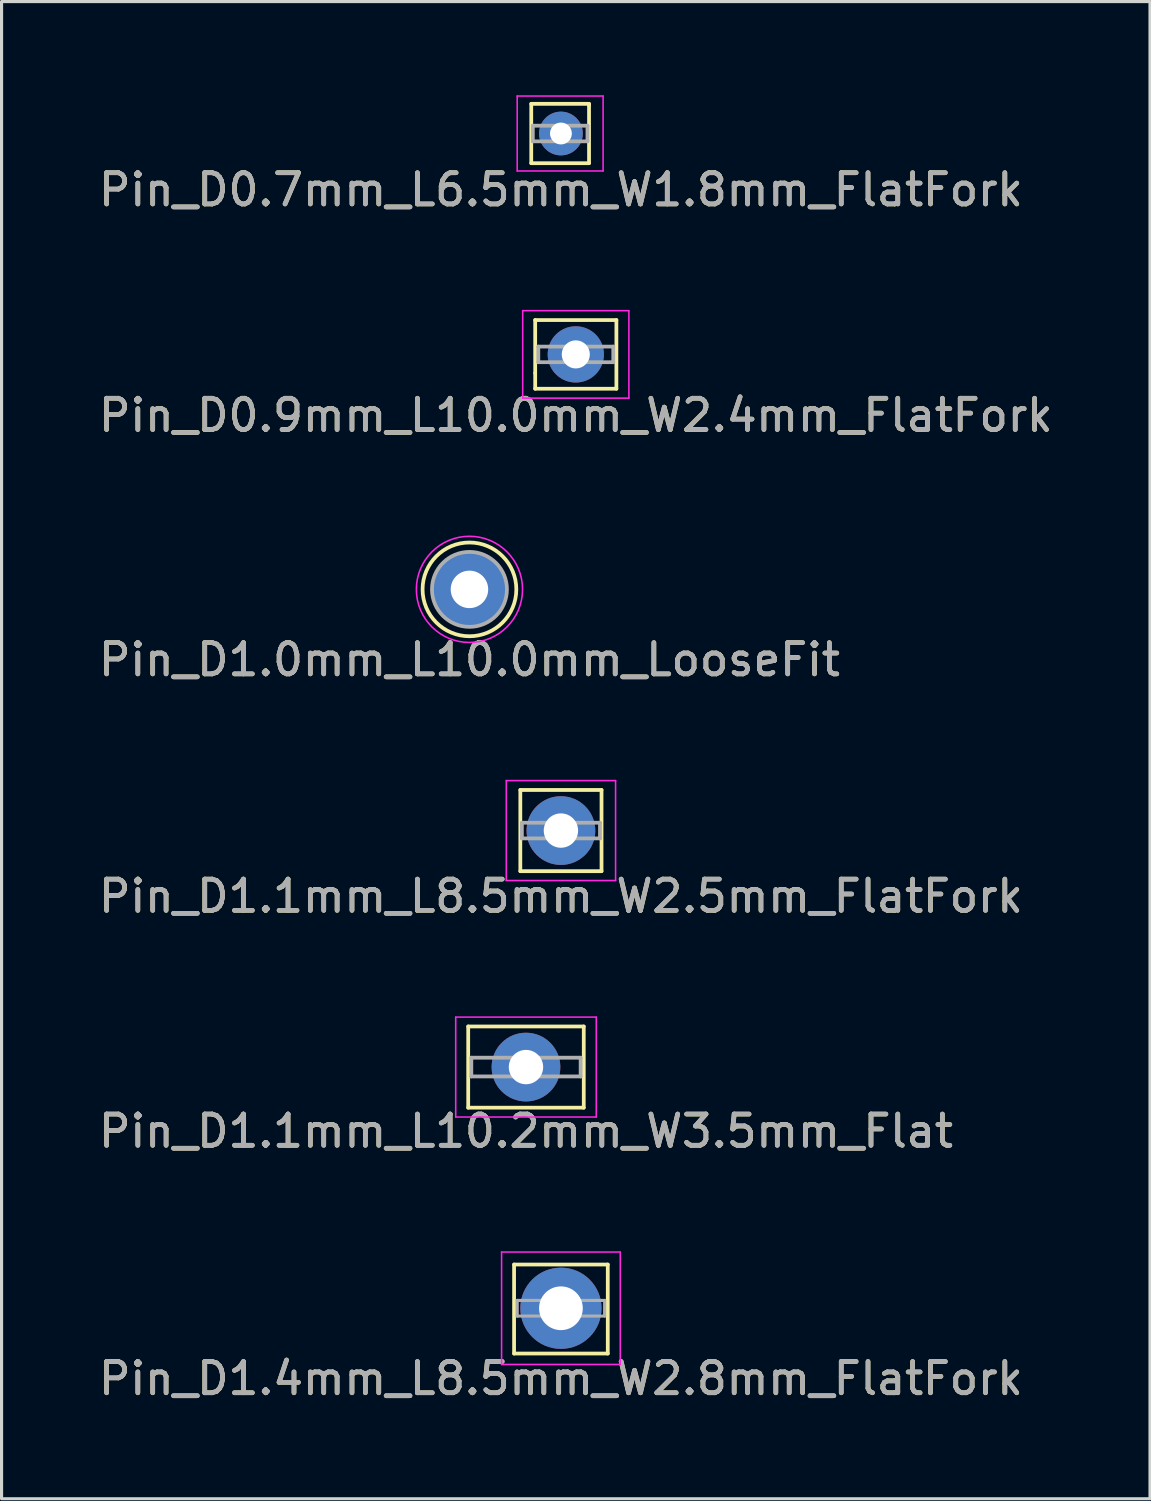
<source format=kicad_pcb>
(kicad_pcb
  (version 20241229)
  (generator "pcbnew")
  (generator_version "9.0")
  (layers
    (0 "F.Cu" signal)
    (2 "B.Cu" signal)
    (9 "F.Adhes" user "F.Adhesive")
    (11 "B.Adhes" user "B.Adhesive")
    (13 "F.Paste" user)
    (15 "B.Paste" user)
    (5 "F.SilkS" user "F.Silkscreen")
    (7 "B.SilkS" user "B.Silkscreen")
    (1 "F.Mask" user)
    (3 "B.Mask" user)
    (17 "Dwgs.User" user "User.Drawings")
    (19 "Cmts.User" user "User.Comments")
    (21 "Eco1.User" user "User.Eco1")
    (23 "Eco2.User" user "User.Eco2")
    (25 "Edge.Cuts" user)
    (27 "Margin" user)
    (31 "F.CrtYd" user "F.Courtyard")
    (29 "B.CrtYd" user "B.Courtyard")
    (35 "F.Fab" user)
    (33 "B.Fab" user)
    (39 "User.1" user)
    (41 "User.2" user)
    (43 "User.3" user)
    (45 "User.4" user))
  (footprint "Pin_D1.4mm_L8.5mm_W2.8mm_FlatFork"
    (layer "F.Cu")
    (at 14.911 38.841)
    (property "Reference" "Pin_D1.4mm_L8.5mm_W2.8mm_FlatFork" (at 0 2.25 0) (layer "F.SilkS") (effects (font (size 1 1) (thickness 0.15))))
    (attr through_hole)
    (fp_line (start -1.5 -1.4) (end -1.5 1.45) (stroke (width 0.12) (type solid)) (layer "F.SilkS"))
    (fp_line (start -1.5 -1.4) (end 1.5 -1.4) (stroke (width 0.12) (type solid)) (layer "F.SilkS"))
    (fp_line (start -1.5 1.45) (end 1.5 1.45) (stroke (width 0.12) (type solid)) (layer "F.SilkS"))
    (fp_line (start 1.5 -1.4) (end 1.5 1.45) (stroke (width 0.12) (type solid)) (layer "F.SilkS"))
    (fp_line (start -1.9 -1.8) (end -1.9 1.8) (stroke (width 0.05) (type solid)) (layer "F.CrtYd"))
    (fp_line (start -1.9 -1.8) (end 1.9 -1.8) (stroke (width 0.05) (type solid)) (layer "F.CrtYd"))
    (fp_line (start 1.9 1.8) (end -1.9 1.8) (stroke (width 0.05) (type solid)) (layer "F.CrtYd"))
    (fp_line (start 1.9 1.8) (end 1.9 -1.8) (stroke (width 0.05) (type solid)) (layer "F.CrtYd"))
    (fp_line (start -1.4 -0.25) (end 1.4 -0.25) (stroke (width 0.1) (type solid)) (layer "F.Fab"))
    (fp_line (start -1.4 0.25) (end -1.4 -0.25) (stroke (width 0.1) (type solid)) (layer "F.Fab"))
    (fp_line (start 1.4 -0.25) (end 1.4 0.25) (stroke (width 0.1) (type solid)) (layer "F.Fab"))
    (fp_line (start 1.4 0.25) (end -1.4 0.25) (stroke (width 0.1) (type solid)) (layer "F.Fab"))
    (fp_text user "${REFERENCE}" (at 0 2.25 0) (layer "F.Fab") (effects (font (size 1 1) (thickness 0.15))))
    (pad "1" thru_hole circle (at 0 0) (size 2.6 2.6) (drill 1.4) (layers "*.Cu" "*.Mask")))
  (footprint "Pin_D0.9mm_L10.0mm_W2.4mm_FlatFork"
    (layer "F.Cu")
    (at 15.387 8.298)
    (property "Reference" "Pin_D0.9mm_L10.0mm_W2.4mm_FlatFork" (at 0 1.95 0) (layer "F.SilkS") (effects (font (size 1 1) (thickness 0.15))))
    (attr through_hole)
    (fp_line (start -1.3 -1.1) (end -1.3 0.6) (stroke (width 0.12) (type solid)) (layer "F.SilkS"))
    (fp_line (start -1.3 0.6) (end -1.3 1.1) (stroke (width 0.12) (type solid)) (layer "F.SilkS"))
    (fp_line (start -1.3 1.1) (end 1.3 1.1) (stroke (width 0.12) (type solid)) (layer "F.SilkS"))
    (fp_line (start 1.3 -1.1) (end -1.3 -1.1) (stroke (width 0.12) (type solid)) (layer "F.SilkS"))
    (fp_line (start 1.3 1.1) (end 1.3 -1.1) (stroke (width 0.12) (type solid)) (layer "F.SilkS"))
    (fp_line (start -1.7 -1.4) (end -1.7 1.4) (stroke (width 0.05) (type solid)) (layer "F.CrtYd"))
    (fp_line (start -1.7 -1.4) (end 1.7 -1.4) (stroke (width 0.05) (type solid)) (layer "F.CrtYd"))
    (fp_line (start 1.7 1.4) (end -1.7 1.4) (stroke (width 0.05) (type solid)) (layer "F.CrtYd"))
    (fp_line (start 1.7 1.4) (end 1.7 -1.4) (stroke (width 0.05) (type solid)) (layer "F.CrtYd"))
    (fp_line (start -1.2 -0.25) (end -1.2 0.25) (stroke (width 0.12) (type solid)) (layer "F.Fab"))
    (fp_line (start -1.2 0.25) (end 1.2 0.25) (stroke (width 0.12) (type solid)) (layer "F.Fab"))
    (fp_line (start 1.2 -0.25) (end -1.2 -0.25) (stroke (width 0.12) (type solid)) (layer "F.Fab"))
    (fp_line (start 1.2 0.25) (end 1.2 -0.25) (stroke (width 0.12) (type solid)) (layer "F.Fab"))
    (fp_text user "${REFERENCE}" (at 0 1.95 0) (layer "F.Fab") (effects (font (size 1 1) (thickness 0.15))))
    (pad "1" thru_hole circle (at 0 0) (size 1.8 1.8) (drill 0.9) (layers "*.Cu" "*.Mask")))
  (footprint "Pin_D1.1mm_L8.5mm_W2.5mm_FlatFork"
    (layer "F.Cu")
    (at 14.911 23.545)
    (property "Reference" "Pin_D1.1mm_L8.5mm_W2.5mm_FlatFork" (at 0 2.1 0) (layer "F.SilkS") (effects (font (size 1 1) (thickness 0.15))))
    (attr through_hole)
    (fp_line (start -1.3 -1.3) (end 1.3 -1.3) (stroke (width 0.12) (type solid)) (layer "F.SilkS"))
    (fp_line (start -1.3 1.3) (end -1.3 -1.3) (stroke (width 0.12) (type solid)) (layer "F.SilkS"))
    (fp_line (start -1.3 1.3) (end 1.3 1.3) (stroke (width 0.12) (type solid)) (layer "F.SilkS"))
    (fp_line (start 1.3 -1.3) (end 1.3 1.3) (stroke (width 0.12) (type solid)) (layer "F.SilkS"))
    (fp_line (start -1.75 -1.6) (end -1.75 1.6) (stroke (width 0.05) (type solid)) (layer "F.CrtYd"))
    (fp_line (start -1.75 -1.6) (end 1.75 -1.6) (stroke (width 0.05) (type solid)) (layer "F.CrtYd"))
    (fp_line (start 1.75 1.6) (end -1.75 1.6) (stroke (width 0.05) (type solid)) (layer "F.CrtYd"))
    (fp_line (start 1.75 1.6) (end 1.75 -1.6) (stroke (width 0.05) (type solid)) (layer "F.CrtYd"))
    (fp_line (start -1.25 -0.25) (end -1.25 0.25) (stroke (width 0.12) (type solid)) (layer "F.Fab"))
    (fp_line (start -1.25 0.25) (end 1.25 0.25) (stroke (width 0.12) (type solid)) (layer "F.Fab"))
    (fp_line (start 1.25 -0.25) (end -1.25 -0.25) (stroke (width 0.12) (type solid)) (layer "F.Fab"))
    (fp_line (start 1.25 0.25) (end 1.25 -0.25) (stroke (width 0.12) (type solid)) (layer "F.Fab"))
    (fp_text user "${REFERENCE}" (at 0 2.1 0) (layer "F.Fab") (effects (font (size 1 1) (thickness 0.15))))
    (pad "1" thru_hole circle (at 0 0) (size 2.2 2.2) (drill 1.1) (layers "*.Cu" "*.Mask")))
  (footprint "Pin_D0.7mm_L6.5mm_W1.8mm_FlatFork"
    (layer "F.Cu")
    (at 14.911 1.225)
    (property "Reference" "Pin_D0.7mm_L6.5mm_W1.8mm_FlatFork" (at 0 1.8 0) (layer "F.SilkS") (effects (font (size 1 1) (thickness 0.15))))
    (attr through_hole)
    (fp_line (start -0.95 -0.95) (end -0.95 0.95) (stroke (width 0.12) (type solid)) (layer "F.SilkS"))
    (fp_line (start -0.95 0.95) (end 0.9 0.95) (stroke (width 0.12) (type solid)) (layer "F.SilkS"))
    (fp_line (start 0.9 -0.95) (end -0.95 -0.95) (stroke (width 0.12) (type solid)) (layer "F.SilkS"))
    (fp_line (start 0.9 -0.9) (end 0.9 -0.95) (stroke (width 0.12) (type solid)) (layer "F.SilkS"))
    (fp_line (start 0.9 0.95) (end 0.9 -0.9) (stroke (width 0.12) (type solid)) (layer "F.SilkS"))
    (fp_line (start -1.4 -1.2) (end -1.4 1.2) (stroke (width 0.05) (type solid)) (layer "F.CrtYd"))
    (fp_line (start -1.4 -1.2) (end 1.35 -1.2) (stroke (width 0.05) (type solid)) (layer "F.CrtYd"))
    (fp_line (start 1.35 1.2) (end -1.4 1.2) (stroke (width 0.05) (type solid)) (layer "F.CrtYd"))
    (fp_line (start 1.35 1.2) (end 1.35 -1.2) (stroke (width 0.05) (type solid)) (layer "F.CrtYd"))
    (fp_line (start -0.9 -0.25) (end 0.85 -0.25) (stroke (width 0.12) (type solid)) (layer "F.Fab"))
    (fp_line (start -0.9 0.25) (end -0.9 -0.25) (stroke (width 0.12) (type solid)) (layer "F.Fab"))
    (fp_line (start 0.85 -0.25) (end 0.85 0.25) (stroke (width 0.12) (type solid)) (layer "F.Fab"))
    (fp_line (start 0.85 0.25) (end -0.9 0.25) (stroke (width 0.12) (type solid)) (layer "F.Fab"))
    (fp_text user "${REFERENCE}" (at 0 1.8 0) (layer "F.Fab") (effects (font (size 1 1) (thickness 0.15))))
    (pad "1" thru_hole circle (at 0 0) (size 1.4 1.4) (drill 0.7) (layers "*.Cu" "*.Mask")))
  (footprint "Pin_D1.1mm_L10.2mm_W3.5mm_Flat"
    (layer "F.Cu")
    (at 13.792 31.118)
    (property "Reference" "Pin_D1.1mm_L10.2mm_W3.5mm_Flat" (at 0 2.05 0) (layer "F.SilkS") (effects (font (size 1 1) (thickness 0.15))))
    (attr through_hole)
    (fp_line (start -1.85 -1.3) (end -1.85 1.3) (stroke (width 0.12) (type solid)) (layer "F.SilkS"))
    (fp_line (start -1.85 -1.3) (end 1.85 -1.3) (stroke (width 0.12) (type solid)) (layer "F.SilkS"))
    (fp_line (start 1.85 -1.3) (end 1.85 1.3) (stroke (width 0.12) (type solid)) (layer "F.SilkS"))
    (fp_line (start 1.85 1.3) (end -1.85 1.3) (stroke (width 0.12) (type solid)) (layer "F.SilkS"))
    (fp_line (start -2.25 -1.6) (end -2.25 1.6) (stroke (width 0.05) (type solid)) (layer "F.CrtYd"))
    (fp_line (start -2.25 -1.6) (end 2.25 -1.6) (stroke (width 0.05) (type solid)) (layer "F.CrtYd"))
    (fp_line (start 2.25 1.6) (end -2.25 1.6) (stroke (width 0.05) (type solid)) (layer "F.CrtYd"))
    (fp_line (start 2.25 1.6) (end 2.25 -1.6) (stroke (width 0.05) (type solid)) (layer "F.CrtYd"))
    (fp_line (start -1.75 -0.3) (end 1.75 -0.3) (stroke (width 0.12) (type solid)) (layer "F.Fab"))
    (fp_line (start -1.75 0.3) (end -1.75 -0.3) (stroke (width 0.12) (type solid)) (layer "F.Fab"))
    (fp_line (start 1.75 -0.3) (end 1.75 0.3) (stroke (width 0.12) (type solid)) (layer "F.Fab"))
    (fp_line (start 1.75 0.3) (end -1.75 0.3) (stroke (width 0.12) (type solid)) (layer "F.Fab"))
    (fp_text user "${REFERENCE}" (at 0 2.05 0) (layer "F.Fab") (effects (font (size 1 1) (thickness 0.15))))
    (pad "1" thru_hole circle (at 0 0) (size 2.2 2.2) (drill 1.1) (layers "*.Cu" "*.Mask")))
  (footprint "Pin_D1.0mm_L10.0mm_LooseFit"
    (layer "F.Cu")
    (at 11.982 15.822)
    (property "Reference" "Pin_D1.0mm_L10.0mm_LooseFit" (at 0 2.25 0) (layer "F.SilkS") (effects (font (size 1 1) (thickness 0.15))))
    (attr through_hole)
    (fp_circle (center 0 0) (end 1.5 0.05) (stroke (width 0.12) (type solid)) (fill no) (layer "F.SilkS"))
    (fp_circle (center 0 0) (end 1.7 0) (stroke (width 0.05) (type solid)) (fill no) (layer "F.CrtYd"))
    (fp_circle (center 0 0) (end 0.5 0) (stroke (width 0.12) (type solid)) (fill no) (layer "F.Fab"))
    (fp_circle (center 0 0) (end 1.2 0) (stroke (width 0.12) (type solid)) (fill no) (layer "F.Fab"))
    (fp_text user "${REFERENCE}" (at 0 2.25 0) (layer "F.Fab") (effects (font (size 1 1) (thickness 0.15))))
    (pad "1" thru_hole circle (at 0 0) (size 2.4 2.4) (drill 1.2) (layers "*.Cu" "*.Mask")))
  (gr_rect
    (start -3 -3)
    (end 33.774 44.94)
    (stroke (width 0.1) (type default))
    (fill no)
    (layer "Edge.Cuts")))
</source>
